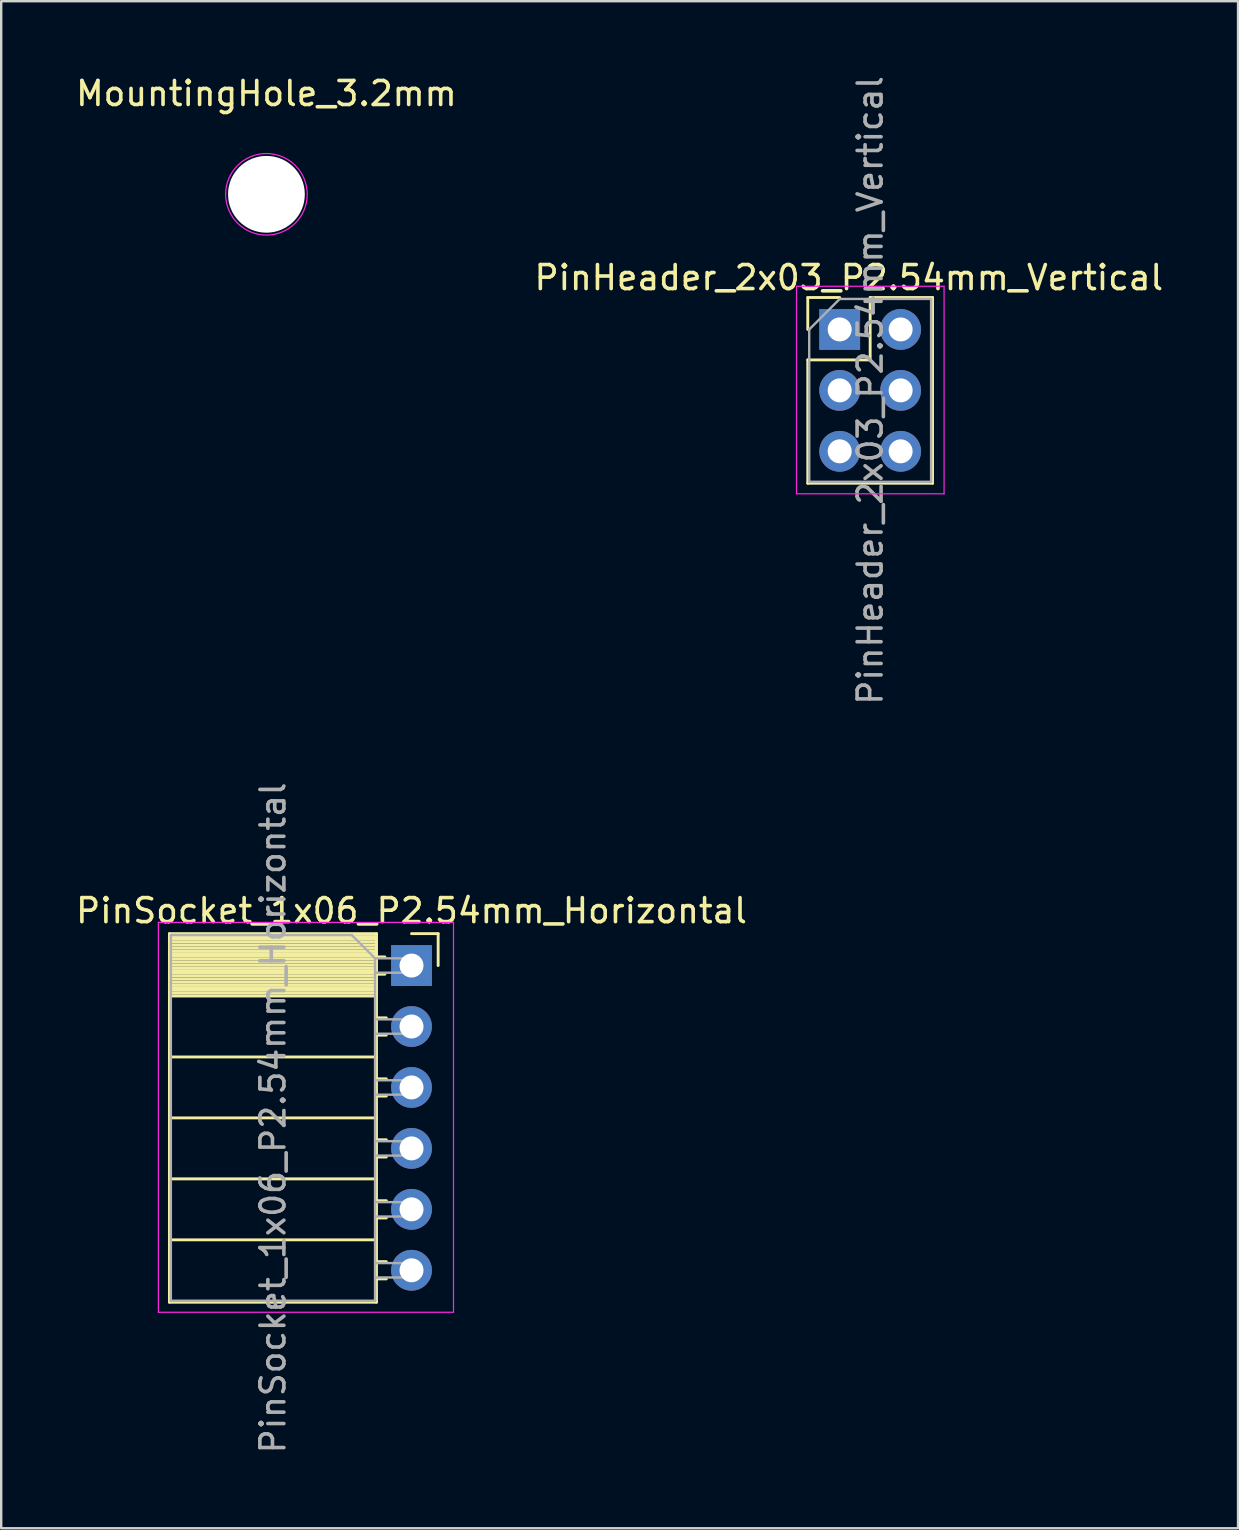
<source format=kicad_pcb>
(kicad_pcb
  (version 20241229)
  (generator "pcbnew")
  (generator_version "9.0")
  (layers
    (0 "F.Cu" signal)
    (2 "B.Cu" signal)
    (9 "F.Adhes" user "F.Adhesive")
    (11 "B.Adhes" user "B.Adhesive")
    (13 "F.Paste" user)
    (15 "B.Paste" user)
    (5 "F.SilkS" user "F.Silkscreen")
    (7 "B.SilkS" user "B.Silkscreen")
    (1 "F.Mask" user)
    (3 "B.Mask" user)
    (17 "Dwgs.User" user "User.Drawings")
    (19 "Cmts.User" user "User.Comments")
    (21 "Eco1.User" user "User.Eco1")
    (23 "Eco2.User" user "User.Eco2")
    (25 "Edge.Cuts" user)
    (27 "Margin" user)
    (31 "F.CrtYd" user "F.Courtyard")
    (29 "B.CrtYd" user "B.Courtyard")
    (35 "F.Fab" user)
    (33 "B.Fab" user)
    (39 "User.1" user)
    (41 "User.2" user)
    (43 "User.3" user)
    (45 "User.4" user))
  (footprint "PinSocket_1x06_P2.54mm_Horizontal"
    (layer "F.Cu")
    (at 14.101 37.192)
    (property "Reference" "PinSocket_1x06_P2.54mm_Horizontal" (at 0 -2.286 0) (layer "F.SilkS") (effects (font (size 1 1) (thickness 0.15))))
    (attr through_hole)
    (fp_line (start -10.09 -1.33) (end -10.09 14.03) (stroke (width 0.12) (type solid)) (layer "F.SilkS"))
    (fp_line (start -10.09 -1.33) (end -1.46 -1.33) (stroke (width 0.12) (type solid)) (layer "F.SilkS"))
    (fp_line (start -10.09 -1.21) (end -1.46 -1.21) (stroke (width 0.12) (type solid)) (layer "F.SilkS"))
    (fp_line (start -10.09 -1.092) (end -1.46 -1.092) (stroke (width 0.12) (type solid)) (layer "F.SilkS"))
    (fp_line (start -10.09 -0.974) (end -1.46 -0.974) (stroke (width 0.12) (type solid)) (layer "F.SilkS"))
    (fp_line (start -10.09 -0.856) (end -1.46 -0.856) (stroke (width 0.12) (type solid)) (layer "F.SilkS"))
    (fp_line (start -10.09 -0.738) (end -1.46 -0.738) (stroke (width 0.12) (type solid)) (layer "F.SilkS"))
    (fp_line (start -10.09 -0.62) (end -1.46 -0.62) (stroke (width 0.12) (type solid)) (layer "F.SilkS"))
    (fp_line (start -10.09 -0.501) (end -1.46 -0.501) (stroke (width 0.12) (type solid)) (layer "F.SilkS"))
    (fp_line (start -10.09 -0.383) (end -1.46 -0.383) (stroke (width 0.12) (type solid)) (layer "F.SilkS"))
    (fp_line (start -10.09 -0.265) (end -1.46 -0.265) (stroke (width 0.12) (type solid)) (layer "F.SilkS"))
    (fp_line (start -10.09 -0.147) (end -1.46 -0.147) (stroke (width 0.12) (type solid)) (layer "F.SilkS"))
    (fp_line (start -10.09 -0.029) (end -1.46 -0.029) (stroke (width 0.12) (type solid)) (layer "F.SilkS"))
    (fp_line (start -10.09 0.089) (end -1.46 0.089) (stroke (width 0.12) (type solid)) (layer "F.SilkS"))
    (fp_line (start -10.09 0.207) (end -1.46 0.207) (stroke (width 0.12) (type solid)) (layer "F.SilkS"))
    (fp_line (start -10.09 0.325) (end -1.46 0.325) (stroke (width 0.12) (type solid)) (layer "F.SilkS"))
    (fp_line (start -10.09 0.443) (end -1.46 0.443) (stroke (width 0.12) (type solid)) (layer "F.SilkS"))
    (fp_line (start -10.09 0.561) (end -1.46 0.561) (stroke (width 0.12) (type solid)) (layer "F.SilkS"))
    (fp_line (start -10.09 0.68) (end -1.46 0.68) (stroke (width 0.12) (type solid)) (layer "F.SilkS"))
    (fp_line (start -10.09 0.798) (end -1.46 0.798) (stroke (width 0.12) (type solid)) (layer "F.SilkS"))
    (fp_line (start -10.09 0.916) (end -1.46 0.916) (stroke (width 0.12) (type solid)) (layer "F.SilkS"))
    (fp_line (start -10.09 1.034) (end -1.46 1.034) (stroke (width 0.12) (type solid)) (layer "F.SilkS"))
    (fp_line (start -10.09 1.152) (end -1.46 1.152) (stroke (width 0.12) (type solid)) (layer "F.SilkS"))
    (fp_line (start -10.09 1.27) (end -1.46 1.27) (stroke (width 0.12) (type solid)) (layer "F.SilkS"))
    (fp_line (start -10.09 3.81) (end -1.46 3.81) (stroke (width 0.12) (type solid)) (layer "F.SilkS"))
    (fp_line (start -10.09 6.35) (end -1.46 6.35) (stroke (width 0.12) (type solid)) (layer "F.SilkS"))
    (fp_line (start -10.09 8.89) (end -1.46 8.89) (stroke (width 0.12) (type solid)) (layer "F.SilkS"))
    (fp_line (start -10.09 11.43) (end -1.46 11.43) (stroke (width 0.12) (type solid)) (layer "F.SilkS"))
    (fp_line (start -10.09 14.03) (end -1.46 14.03) (stroke (width 0.12) (type solid)) (layer "F.SilkS"))
    (fp_line (start -1.46 -1.33) (end -1.46 14.03) (stroke (width 0.12) (type solid)) (layer "F.SilkS"))
    (fp_line (start -1.46 -0.36) (end -1.11 -0.36) (stroke (width 0.12) (type solid)) (layer "F.SilkS"))
    (fp_line (start -1.46 0.36) (end -1.11 0.36) (stroke (width 0.12) (type solid)) (layer "F.SilkS"))
    (fp_line (start -1.46 2.18) (end -1.05 2.18) (stroke (width 0.12) (type solid)) (layer "F.SilkS"))
    (fp_line (start -1.46 2.9) (end -1.05 2.9) (stroke (width 0.12) (type solid)) (layer "F.SilkS"))
    (fp_line (start -1.46 4.72) (end -1.05 4.72) (stroke (width 0.12) (type solid)) (layer "F.SilkS"))
    (fp_line (start -1.46 5.44) (end -1.05 5.44) (stroke (width 0.12) (type solid)) (layer "F.SilkS"))
    (fp_line (start -1.46 7.26) (end -1.05 7.26) (stroke (width 0.12) (type solid)) (layer "F.SilkS"))
    (fp_line (start -1.46 7.98) (end -1.05 7.98) (stroke (width 0.12) (type solid)) (layer "F.SilkS"))
    (fp_line (start -1.46 9.8) (end -1.05 9.8) (stroke (width 0.12) (type solid)) (layer "F.SilkS"))
    (fp_line (start -1.46 10.52) (end -1.05 10.52) (stroke (width 0.12) (type solid)) (layer "F.SilkS"))
    (fp_line (start -1.46 12.34) (end -1.05 12.34) (stroke (width 0.12) (type solid)) (layer "F.SilkS"))
    (fp_line (start -1.46 13.06) (end -1.05 13.06) (stroke (width 0.12) (type solid)) (layer "F.SilkS"))
    (fp_line (start 0 -1.33) (end 1.11 -1.33) (stroke (width 0.12) (type solid)) (layer "F.SilkS"))
    (fp_line (start 1.11 -1.33) (end 1.11 0) (stroke (width 0.12) (type solid)) (layer "F.SilkS"))
    (fp_line (start -10.55 -1.8) (end -10.55 14.45) (stroke (width 0.05) (type solid)) (layer "F.CrtYd"))
    (fp_line (start -10.55 14.45) (end 1.75 14.45) (stroke (width 0.05) (type solid)) (layer "F.CrtYd"))
    (fp_line (start 1.75 -1.8) (end -10.55 -1.8) (stroke (width 0.05) (type solid)) (layer "F.CrtYd"))
    (fp_line (start 1.75 14.45) (end 1.75 -1.8) (stroke (width 0.05) (type solid)) (layer "F.CrtYd"))
    (fp_line (start -10.03 -1.27) (end -2.49 -1.27) (stroke (width 0.1) (type solid)) (layer "F.Fab"))
    (fp_line (start -10.03 13.97) (end -10.03 -1.27) (stroke (width 0.1) (type solid)) (layer "F.Fab"))
    (fp_line (start -2.49 -1.27) (end -1.52 -0.3) (stroke (width 0.1) (type solid)) (layer "F.Fab"))
    (fp_line (start -1.52 -0.3) (end -1.52 13.97) (stroke (width 0.1) (type solid)) (layer "F.Fab"))
    (fp_line (start -1.52 0.3) (end 0 0.3) (stroke (width 0.1) (type solid)) (layer "F.Fab"))
    (fp_line (start -1.52 2.84) (end 0 2.84) (stroke (width 0.1) (type solid)) (layer "F.Fab"))
    (fp_line (start -1.52 5.38) (end 0 5.38) (stroke (width 0.1) (type solid)) (layer "F.Fab"))
    (fp_line (start -1.52 7.92) (end 0 7.92) (stroke (width 0.1) (type solid)) (layer "F.Fab"))
    (fp_line (start -1.52 10.46) (end 0 10.46) (stroke (width 0.1) (type solid)) (layer "F.Fab"))
    (fp_line (start -1.52 13) (end 0 13) (stroke (width 0.1) (type solid)) (layer "F.Fab"))
    (fp_line (start -1.52 13.97) (end -10.03 13.97) (stroke (width 0.1) (type solid)) (layer "F.Fab"))
    (fp_line (start 0 -0.3) (end -1.52 -0.3) (stroke (width 0.1) (type solid)) (layer "F.Fab"))
    (fp_line (start 0 0.3) (end 0 -0.3) (stroke (width 0.1) (type solid)) (layer "F.Fab"))
    (fp_line (start 0 2.24) (end -1.52 2.24) (stroke (width 0.1) (type solid)) (layer "F.Fab"))
    (fp_line (start 0 2.84) (end 0 2.24) (stroke (width 0.1) (type solid)) (layer "F.Fab"))
    (fp_line (start 0 4.78) (end -1.52 4.78) (stroke (width 0.1) (type solid)) (layer "F.Fab"))
    (fp_line (start 0 5.38) (end 0 4.78) (stroke (width 0.1) (type solid)) (layer "F.Fab"))
    (fp_line (start 0 7.32) (end -1.52 7.32) (stroke (width 0.1) (type solid)) (layer "F.Fab"))
    (fp_line (start 0 7.92) (end 0 7.32) (stroke (width 0.1) (type solid)) (layer "F.Fab"))
    (fp_line (start 0 9.86) (end -1.52 9.86) (stroke (width 0.1) (type solid)) (layer "F.Fab"))
    (fp_line (start 0 10.46) (end 0 9.86) (stroke (width 0.1) (type solid)) (layer "F.Fab"))
    (fp_line (start 0 12.4) (end -1.52 12.4) (stroke (width 0.1) (type solid)) (layer "F.Fab"))
    (fp_line (start 0 13) (end 0 12.4) (stroke (width 0.1) (type solid)) (layer "F.Fab"))
    (fp_text user "${REFERENCE}" (at -5.775 6.35 90) (layer "F.Fab") (effects (font (size 1 1) (thickness 0.15))))
    (pad "1" thru_hole rect (at 0 0) (size 1.7 1.7) (drill 1) (layers "*.Cu" "*.Mask"))
    (pad "2" thru_hole oval (at 0 2.54) (size 1.7 1.7) (drill 1) (layers "*.Cu" "*.Mask"))
    (pad "3" thru_hole oval (at 0 5.08) (size 1.7 1.7) (drill 1) (layers "*.Cu" "*.Mask"))
    (pad "4" thru_hole oval (at 0 7.62) (size 1.7 1.7) (drill 1) (layers "*.Cu" "*.Mask"))
    (pad "5" thru_hole oval (at 0 10.16) (size 1.7 1.7) (drill 1) (layers "*.Cu" "*.Mask"))
    (pad "6" thru_hole oval (at 0 12.7) (size 1.7 1.7) (drill 1) (layers "*.Cu" "*.Mask")))
  (footprint "MountingHole_3.2mm"
    (layer "F.Cu")
    (at 8.054 5.048)
    (property "Reference" "MountingHole_3.2mm" (at 0 -4.2 0) (layer "F.SilkS") (effects (font (size 1 1) (thickness 0.15))))
    (attr board_only exclude_from_pos_files exclude_from_bom)
    (fp_circle (center 0 0) (end 1.7 0) (stroke (width 0.05) (type solid)) (fill no) (layer "F.CrtYd"))
    (pad "" np_thru_hole circle (at 0 0) (size 3.2 3.2) (drill 3.2) (layers "*.Cu" "*.Mask")))
  (footprint "PinHeader_2x03_P2.54mm_Vertical"
    (layer "F.Cu")
    (at 31.946 10.68)
    (property "Reference" "PinHeader_2x03_P2.54mm_Vertical" (at 0.381 -2.159 0) (layer "F.SilkS") (effects (font (size 1 1) (thickness 0.15))))
    (attr through_hole)
    (fp_line (start -1.33 -1.33) (end 0 -1.33) (stroke (width 0.12) (type solid)) (layer "F.SilkS"))
    (fp_line (start -1.33 0) (end -1.33 -1.33) (stroke (width 0.12) (type solid)) (layer "F.SilkS"))
    (fp_line (start -1.33 1.27) (end -1.33 6.41) (stroke (width 0.12) (type solid)) (layer "F.SilkS"))
    (fp_line (start -1.33 1.27) (end 1.27 1.27) (stroke (width 0.12) (type solid)) (layer "F.SilkS"))
    (fp_line (start -1.33 6.41) (end 3.87 6.41) (stroke (width 0.12) (type solid)) (layer "F.SilkS"))
    (fp_line (start 1.27 -1.33) (end 3.87 -1.33) (stroke (width 0.12) (type solid)) (layer "F.SilkS"))
    (fp_line (start 1.27 1.27) (end 1.27 -1.33) (stroke (width 0.12) (type solid)) (layer "F.SilkS"))
    (fp_line (start 3.87 -1.33) (end 3.87 6.41) (stroke (width 0.12) (type solid)) (layer "F.SilkS"))
    (fp_line (start -1.8 -1.8) (end -1.8 6.85) (stroke (width 0.05) (type solid)) (layer "F.CrtYd"))
    (fp_line (start -1.8 6.85) (end 4.35 6.85) (stroke (width 0.05) (type solid)) (layer "F.CrtYd"))
    (fp_line (start 4.35 -1.8) (end -1.8 -1.8) (stroke (width 0.05) (type solid)) (layer "F.CrtYd"))
    (fp_line (start 4.35 6.85) (end 4.35 -1.8) (stroke (width 0.05) (type solid)) (layer "F.CrtYd"))
    (fp_line (start -1.27 0) (end 0 -1.27) (stroke (width 0.1) (type solid)) (layer "F.Fab"))
    (fp_line (start -1.27 6.35) (end -1.27 0) (stroke (width 0.1) (type solid)) (layer "F.Fab"))
    (fp_line (start 0 -1.27) (end 3.81 -1.27) (stroke (width 0.1) (type solid)) (layer "F.Fab"))
    (fp_line (start 3.81 -1.27) (end 3.81 6.35) (stroke (width 0.1) (type solid)) (layer "F.Fab"))
    (fp_line (start 3.81 6.35) (end -1.27 6.35) (stroke (width 0.1) (type solid)) (layer "F.Fab"))
    (fp_text user "${REFERENCE}" (at 1.27 2.54 90) (layer "F.Fab") (effects (font (size 1 1) (thickness 0.15))))
    (pad "1" thru_hole rect (at 0 0) (size 1.7 1.7) (drill 1) (layers "*.Cu" "*.Mask"))
    (pad "2" thru_hole oval (at 2.54 0) (size 1.7 1.7) (drill 1) (layers "*.Cu" "*.Mask"))
    (pad "3" thru_hole oval (at 0 2.54) (size 1.7 1.7) (drill 1) (layers "*.Cu" "*.Mask"))
    (pad "4" thru_hole oval (at 2.54 2.54) (size 1.7 1.7) (drill 1) (layers "*.Cu" "*.Mask"))
    (pad "5" thru_hole oval (at 0 5.08) (size 1.7 1.7) (drill 1) (layers "*.Cu" "*.Mask"))
    (pad "6" thru_hole oval (at 2.54 5.08) (size 1.7 1.7) (drill 1) (layers "*.Cu" "*.Mask")))
  (gr_rect
    (start -3 -3)
    (end 48.548 60.643)
    (stroke (width 0.1) (type default))
    (fill no)
    (layer "Edge.Cuts")))
</source>
